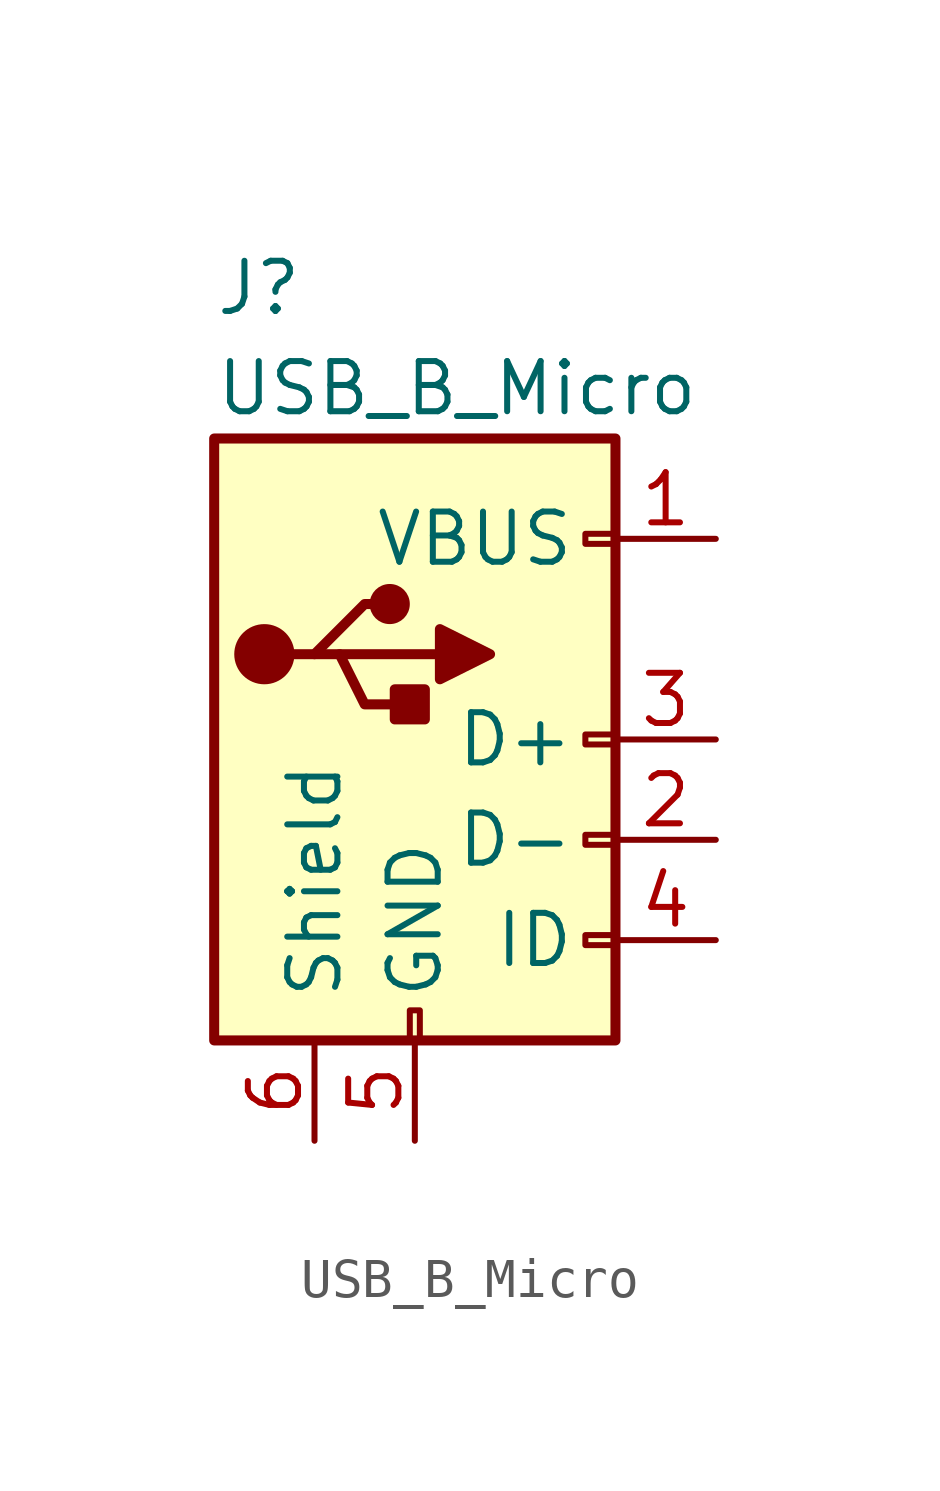
<source format=kicad_sym>
(kicad_symbol_lib
  (version 20211014)
  (generator kicad_symbol_editor)
  (symbol "USB_B_Micro"
    (pin_names
      (offset 1.016))
    (property "Reference" "J"
      (at -5.08 11.43 0)
      (effects (font (size 1.27 1.27)) (justify left)))
    (property "Value" "USB_B_Micro"
      (at -5.08 8.89 0)
      (effects (font (size 1.27 1.27)) (justify left)))
    (symbol "USB_B_Micro_0_1"
      (rectangle (start -5.08 -7.62) (end 5.08 7.62) (stroke (width 0.254) (type default) (color 0 0 0 0)) (fill (type background)))
      (circle (center -3.81 2.159) (radius 0.635) (stroke (width 0.254) (type default) (color 0 0 0 0)) (fill (type outline)))
      (circle (center -0.635 3.429) (radius 0.381) (stroke (width 0.254) (type default) (color 0 0 0 0)) (fill (type outline)))
      (rectangle (start -0.127 -7.62) (end 0.127 -6.858) (stroke (width 0) (type default) (color 0 0 0 0)) (fill (type none)))
      (polyline (pts (xy -1.905 2.159) (xy 0.635 2.159)) (stroke (width 0.254) (type default) (color 0 0 0 0)) (fill (type none)))
      (polyline (pts (xy -3.175 2.159) (xy -2.54 2.159) (xy -1.27 3.429) (xy -0.635 3.429)) (stroke (width 0.254) (type default) (color 0 0 0 0)) (fill (type none)))
      (polyline (pts (xy -2.54 2.159) (xy -1.905 2.159) (xy -1.27 0.889) (xy 0 0.889)) (stroke (width 0.254) (type default) (color 0 0 0 0)) (fill (type none)))
      (polyline (pts (xy 0.635 2.794) (xy 0.635 1.524) (xy 1.905 2.159) (xy 0.635 2.794)) (stroke (width 0.254) (type default) (color 0 0 0 0)) (fill (type outline)))
      (rectangle (start 0.254 1.27) (end -0.508 0.508) (stroke (width 0.254) (type default) (color 0 0 0 0)) (fill (type outline)))
      (rectangle (start 5.08 -5.207) (end 4.318 -4.953) (stroke (width 0) (type default) (color 0 0 0 0)) (fill (type none)))
      (rectangle (start 5.08 -2.667) (end 4.318 -2.413) (stroke (width 0) (type default) (color 0 0 0 0)) (fill (type none)))
      (rectangle (start 5.08 -0.127) (end 4.318 0.127) (stroke (width 0) (type default) (color 0 0 0 0)) (fill (type none)))
      (rectangle (start 5.08 4.953) (end 4.318 5.207) (stroke (width 0) (type default) (color 0 0 0 0)) (fill (type none))))
    (symbol "USB_B_Micro_1_1"
      (pin power_out line (at 7.62 5.08 180) (length 2.54) (name "VBUS" (effects (font (size 1.27 1.27)))) (number "1" (effects (font (size 1.27 1.27)))))
      (pin passive line (at 7.62 -2.54 180) (length 2.54) (name "D-" (effects (font (size 1.27 1.27)))) (number "2" (effects (font (size 1.27 1.27)))))
      (pin passive line (at 7.62 0 180) (length 2.54) (name "D+" (effects (font (size 1.27 1.27)))) (number "3" (effects (font (size 1.27 1.27)))))
      (pin passive line (at 7.62 -5.08 180) (length 2.54) (name "ID" (effects (font (size 1.27 1.27)))) (number "4" (effects (font (size 1.27 1.27)))))
      (pin power_out line (at 0 -10.16 90) (length 2.54) (name "GND" (effects (font (size 1.27 1.27)))) (number "5" (effects (font (size 1.27 1.27)))))
      (pin passive line (at -2.54 -10.16 90) (length 2.54) (name "Shield" (effects (font (size 1.27 1.27)))) (number "6" (effects (font (size 1.27 1.27))))))))
</source>
